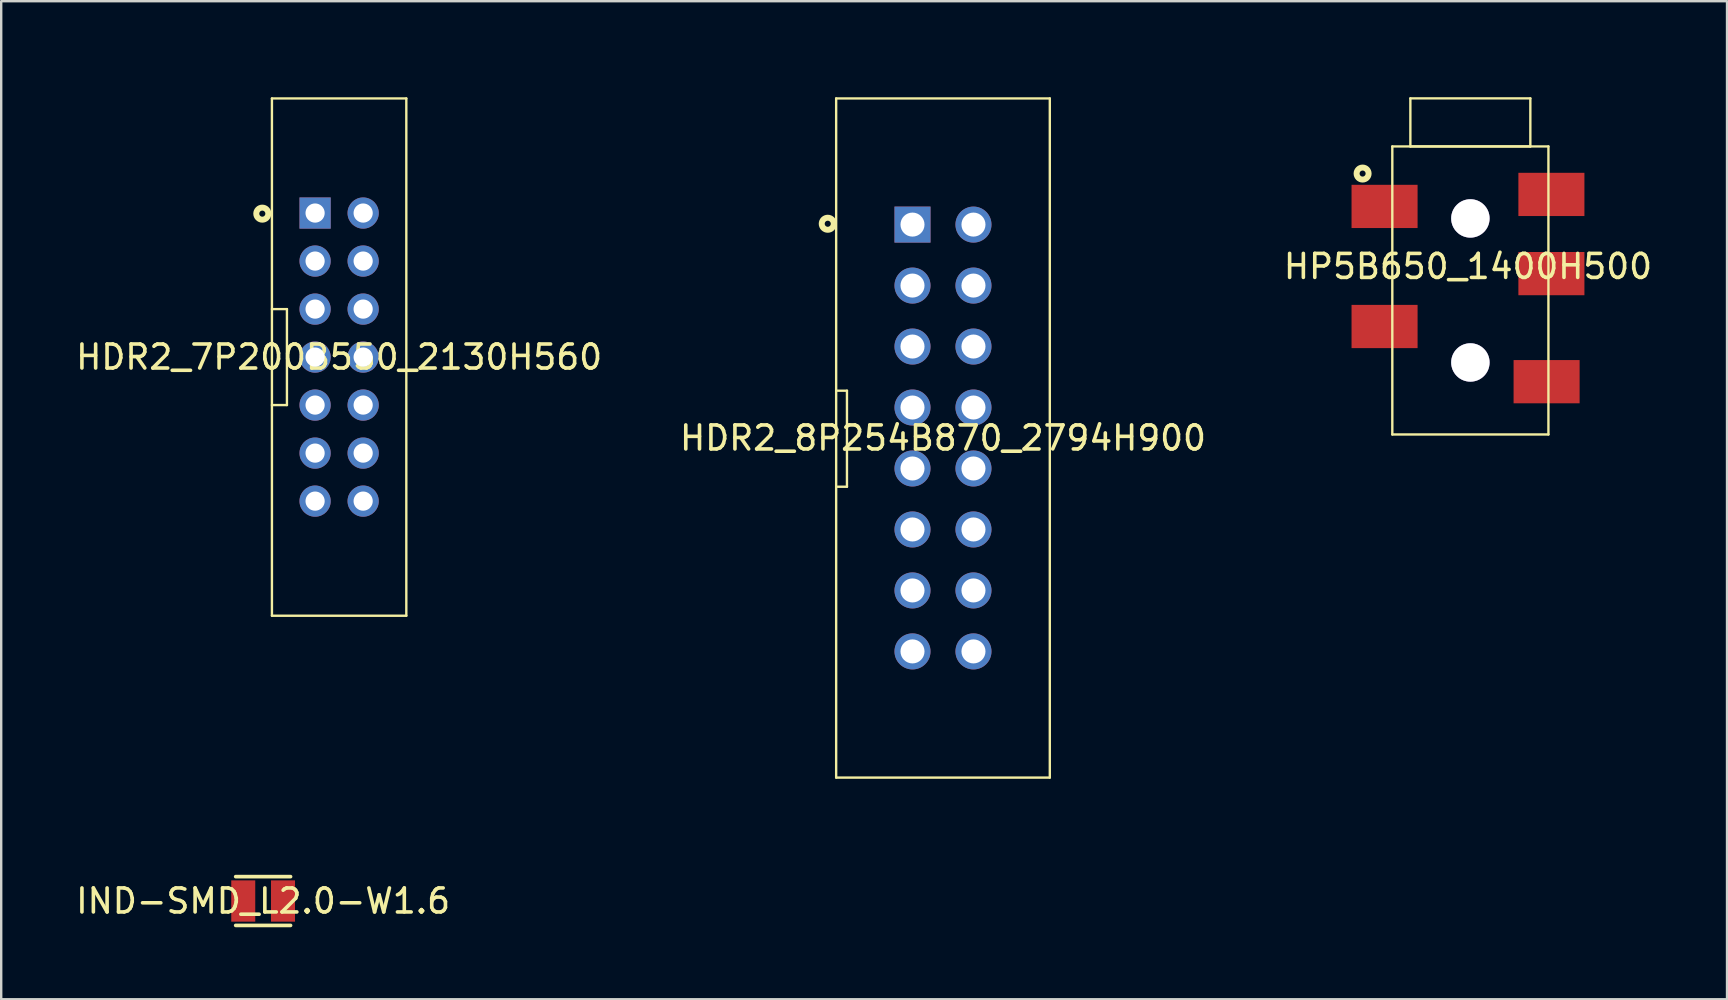
<source format=kicad_pcb>
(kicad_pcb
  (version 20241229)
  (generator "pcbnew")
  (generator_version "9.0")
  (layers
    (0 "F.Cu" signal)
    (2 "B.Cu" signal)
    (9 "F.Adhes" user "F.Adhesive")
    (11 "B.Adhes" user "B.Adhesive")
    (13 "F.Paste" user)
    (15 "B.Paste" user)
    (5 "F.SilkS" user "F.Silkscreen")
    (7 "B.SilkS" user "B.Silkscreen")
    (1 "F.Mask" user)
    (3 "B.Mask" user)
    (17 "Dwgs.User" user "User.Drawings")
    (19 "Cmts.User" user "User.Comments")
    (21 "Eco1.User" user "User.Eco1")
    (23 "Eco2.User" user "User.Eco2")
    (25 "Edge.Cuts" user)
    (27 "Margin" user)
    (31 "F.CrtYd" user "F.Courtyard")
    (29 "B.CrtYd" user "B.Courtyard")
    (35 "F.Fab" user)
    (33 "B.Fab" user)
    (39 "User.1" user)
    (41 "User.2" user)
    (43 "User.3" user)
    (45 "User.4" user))
  (footprint "IND-SMD_L2.0-W1.6"
    (layer "F.Cu")
    (at 7.911 34.484)
    (property "Reference" "IND-SMD_L2.0-W1.6" (at 0 0 0) (layer "F.SilkS") (effects (font (size 1 1) (thickness 0.15))))
    (fp_line (start -1.143 -1.016) (end 1.143 -1.016) (stroke (width 0.152) (type default)) (layer "F.SilkS"))
    (fp_line (start 1.143 1.016) (end -1.143 1.016) (stroke (width 0.152) (type default)) (layer "F.SilkS"))
    (fp_poly (pts (xy -1 -0.8) (xy -0.4 -0.8) (xy -0.4 0.8) (xy -1 0.8)) (stroke (width 0.1) (type default)) (fill no) (layer "User.1"))
    (fp_poly (pts (xy 0.4 -0.8) (xy 1 -0.8) (xy 1 0.8) (xy 0.4 0.8)) (stroke (width 0.1) (type default)) (fill no) (layer "User.1"))
    (fp_line (start -1 -0.8) (end 1 -0.8) (stroke (width 0.051) (type default)) (layer "User.2"))
    (fp_line (start -1 0.8) (end -1 -0.8) (stroke (width 0.051) (type default)) (layer "User.2"))
    (fp_line (start 1 -0.8) (end 1 0.8) (stroke (width 0.051) (type default)) (layer "User.2"))
    (fp_line (start 1 0.8) (end -1 0.8) (stroke (width 0.051) (type default)) (layer "User.2"))
    (fp_poly (pts (xy 1.06 -0.8) (xy 1.042 -0.842) (xy 1 -0.86) (xy 0.958 -0.842) (xy 0.94 -0.8) (xy 0.958 -0.758) (xy 1 -0.74) (xy 1.042 -0.758)) (stroke (width 0.1) (type default)) (fill no) (layer "User.3"))
    (pad "1" smd rect (at 0.828 0) (size 1 1.72) (layers "F.Cu" "F.Mask" "F.Paste"))
    (pad "2" smd rect (at -0.828 0) (size 1 1.72) (layers "F.Cu" "F.Mask" "F.Paste")))
  (footprint "HDR2_7P200B550_2130H560"
    (layer "F.Cu")
    (at 11.077 11.825)
    (property "Reference" "HDR2_7P200B550_2130H560" (at 0 0 0) (layer "F.SilkS") (effects (font (size 1 1) (thickness 0.15))))
    (fp_line (start -2.799 -10.774) (end -2.799 10.774) (stroke (width 0.099) (type default)) (layer "F.SilkS"))
    (fp_line (start -2.799 -10.774) (end 2.799 -10.774) (stroke (width 0.099) (type default)) (layer "F.SilkS"))
    (fp_line (start -2.799 -1.999) (end -2.174 -1.999) (stroke (width 0.099) (type default)) (layer "F.SilkS"))
    (fp_line (start -2.799 1.999) (end -2.174 1.999) (stroke (width 0.099) (type default)) (layer "F.SilkS"))
    (fp_line (start -2.799 10.774) (end 2.799 10.774) (stroke (width 0.099) (type default)) (layer "F.SilkS"))
    (fp_line (start -2.174 -1.999) (end -2.174 1.999) (stroke (width 0.099) (type default)) (layer "F.SilkS"))
    (fp_line (start 2.799 -10.774) (end 2.799 10.774) (stroke (width 0.099) (type default)) (layer "F.SilkS"))
    (fp_circle (center -3.2 -5.975) (end -2.949 -5.975) (stroke (width 0.249) (type default)) (fill no) (layer "F.SilkS"))
    (fp_line (start -3.8 -11.775) (end -3.8 3.899) (stroke (width 0.025) (type default)) (layer "User.1"))
    (fp_line (start -3.8 -11.775) (end 3.8 -11.775) (stroke (width 0.025) (type default)) (layer "User.1"))
    (fp_line (start -3.8 3.899) (end -3.8 5.4) (stroke (width 0.025) (type default)) (layer "User.1"))
    (fp_line (start -3.8 5.4) (end -3.8 8.199) (stroke (width 0.025) (type default)) (layer "User.1"))
    (fp_line (start -3.8 8.199) (end -3.8 11.775) (stroke (width 0.025) (type default)) (layer "User.1"))
    (fp_line (start -3.8 11.775) (end 3.8 11.775) (stroke (width 0.025) (type default)) (layer "User.1"))
    (fp_line (start 3.8 -11.775) (end 3.8 5.776) (stroke (width 0.025) (type default)) (layer "User.1"))
    (fp_line (start 3.8 5.776) (end 3.8 7.775) (stroke (width 0.025) (type default)) (layer "User.1"))
    (fp_line (start 3.8 7.775) (end 3.8 9.774) (stroke (width 0.025) (type default)) (layer "User.1"))
    (fp_line (start 3.8 9.774) (end 3.8 11.775) (stroke (width 0.025) (type default)) (layer "User.1"))
    (fp_poly (pts (xy -2.799 -10.774) (xy -2.799 2.776) (xy -2.799 3.099) (xy -2.799 6.774) (xy -2.799 8.775) (xy -2.799 10.774) (xy 2.799 10.774) (xy 2.799 6.851) (xy 2.799 6.051) (xy 2.799 4.775) (xy 2.799 2.776) (xy 2.799 -10.774)) (stroke (width 0.1) (type default)) (fill no) (layer "User.1"))
    (fp_poly (pts (xy -2.799 -10.774) (xy -2.799 2.776) (xy -2.799 3.099) (xy -2.799 6.774) (xy -2.799 8.775) (xy -2.799 10.774) (xy 2.799 10.774) (xy 2.799 6.851) (xy 2.799 6.051) (xy 2.799 4.775) (xy 2.799 2.776) (xy 2.799 -10.774)) (stroke (width 0.1) (type default)) (fill no) (layer "User.1"))
    (fp_poly (pts (xy 2.649 -7.651) (xy 2.649 -0.35) (xy 2.649 1.651) (xy 2.649 3.65) (xy 2.649 5.649) (xy 2.649 7.651) (xy -2.649 7.651) (xy -2.649 4.75) (xy -2.649 2.751) (xy -2.649 0.051) (xy -2.649 -0.35) (xy -2.649 -7.651)) (stroke (width 0.1) (type default)) (fill no) (layer "User.1"))
    (fp_poly (pts (xy 2.649 -7.651) (xy 2.649 -0.35) (xy 2.649 1.651) (xy 2.649 3.65) (xy 2.649 5.649) (xy 2.649 7.651) (xy -2.649 7.651) (xy -2.649 4.75) (xy -2.649 2.751) (xy -2.649 0.051) (xy -2.649 -0.35) (xy -2.649 -7.651)) (stroke (width 0.1) (type default)) (fill no) (layer "User.1"))
    (fp_poly (pts (xy -3.8 -11.775) (xy -3.8 3.775) (xy -3.8 5.25) (xy -3.8 8.55) (xy -3.8 11.775) (xy 2.718 11.775) (xy 2.718 10.774) (xy -2.799 10.774) (xy -2.799 -10.774) (xy 2.799 -10.774) (xy 2.799 11.775) (xy 3.8 11.775) (xy 3.8 9.774) (xy 3.8 7.775) (xy 3.8 3.95) (xy 3.8 1.95) (xy 3.8 -11.775)) (stroke (width 0.1) (type default)) (fill no) (layer "User.1"))
    (fp_poly (pts (xy -3.8 -11.775) (xy -3.8 3.775) (xy -3.8 5.25) (xy -3.8 8.55) (xy -3.8 11.775) (xy 2.718 11.775) (xy 2.718 10.774) (xy -2.799 10.774) (xy -2.799 -10.774) (xy 2.799 -10.774) (xy 2.799 11.775) (xy 3.8 11.775) (xy 3.8 9.774) (xy 3.8 7.775) (xy 3.8 3.95) (xy 3.8 1.95) (xy 3.8 -11.775)) (stroke (width 0.1) (type default)) (fill no) (layer "User.1"))
    (pad "1" thru_hole rect (at -1.001 -6 270) (size 1.3 1.3) (drill 0.8) (layers "*.Cu" "*.Mask"))
    (pad "2" thru_hole circle (at 1.001 -6 270) (size 1.3 1.3) (drill 0.8) (layers "*.Cu" "*.Mask"))
    (pad "3" thru_hole circle (at -1.001 -4 270) (size 1.3 1.3) (drill 0.8) (layers "*.Cu" "*.Mask"))
    (pad "4" thru_hole circle (at 1.001 -4 270) (size 1.3 1.3) (drill 0.8) (layers "*.Cu" "*.Mask"))
    (pad "5" thru_hole circle (at -1.001 -1.999 270) (size 1.3 1.3) (drill 0.8) (layers "*.Cu" "*.Mask"))
    (pad "6" thru_hole circle (at 1.001 -1.999 270) (size 1.3 1.3) (drill 0.8) (layers "*.Cu" "*.Mask"))
    (pad "7" thru_hole circle (at -1.001 0 270) (size 1.3 1.3) (drill 0.8) (layers "*.Cu" "*.Mask"))
    (pad "8" thru_hole circle (at 1.001 0 270) (size 1.3 1.3) (drill 0.8) (layers "*.Cu" "*.Mask"))
    (pad "9" thru_hole circle (at -1.001 1.999 270) (size 1.3 1.3) (drill 0.8) (layers "*.Cu" "*.Mask"))
    (pad "10" thru_hole circle (at 1.001 1.999 270) (size 1.3 1.3) (drill 0.8) (layers "*.Cu" "*.Mask"))
    (pad "11" thru_hole circle (at -1.001 4 270) (size 1.3 1.3) (drill 0.8) (layers "*.Cu" "*.Mask"))
    (pad "12" thru_hole circle (at 1.001 4 270) (size 1.3 1.3) (drill 0.8) (layers "*.Cu" "*.Mask"))
    (pad "13" thru_hole circle (at -1.001 6 270) (size 1.3 1.3) (drill 0.8) (layers "*.Cu" "*.Mask"))
    (pad "14" thru_hole circle (at 1.001 6 270) (size 1.3 1.3) (drill 0.8) (layers "*.Cu" "*.Mask")))
  (footprint "HDR2_8P254B870_2794H900"
    (layer "F.Cu")
    (at 36.232 15.196)
    (property "Reference" "HDR2_8P254B870_2794H900" (at 0 0 0) (layer "F.SilkS") (effects (font (size 1 1) (thickness 0.15))))
    (fp_line (start -4.45 -14.146) (end -4.45 14.146) (stroke (width 0.099) (type default)) (layer "F.SilkS"))
    (fp_line (start -4 -1.971) (end -4.399 -1.971) (stroke (width 0.099) (type default)) (layer "F.SilkS"))
    (fp_line (start -4 -1.971) (end -4 2.03) (stroke (width 0.099) (type default)) (layer "F.SilkS"))
    (fp_line (start -4 2.03) (end -4.399 2.03) (stroke (width 0.099) (type default)) (layer "F.SilkS"))
    (fp_line (start 4.45 -14.146) (end -4.45 -14.146) (stroke (width 0.099) (type default)) (layer "F.SilkS"))
    (fp_line (start 4.45 -14.146) (end 4.45 14.146) (stroke (width 0.099) (type default)) (layer "F.SilkS"))
    (fp_line (start 4.45 14.146) (end -4.45 14.146) (stroke (width 0.099) (type default)) (layer "F.SilkS"))
    (fp_circle (center -4.8 -8.925) (end -4.549 -8.925) (stroke (width 0.249) (type default)) (fill no) (layer "F.SilkS"))
    (fp_line (start -5.451 -15.146) (end -5.451 0.75) (stroke (width 0.025) (type default)) (layer "User.1"))
    (fp_line (start -5.451 0.75) (end -5.451 2.37) (stroke (width 0.025) (type default)) (layer "User.1"))
    (fp_line (start -5.451 2.37) (end -5.451 2.74) (stroke (width 0.025) (type default)) (layer "User.1"))
    (fp_line (start -5.451 2.74) (end -5.451 8.431) (stroke (width 0.025) (type default)) (layer "User.1"))
    (fp_line (start -5.451 8.431) (end -5.451 8.999) (stroke (width 0.025) (type default)) (layer "User.1"))
    (fp_line (start -5.451 8.999) (end -5.451 15.146) (stroke (width 0.025) (type default)) (layer "User.1"))
    (fp_line (start 5.451 -15.146) (end -5.451 -15.146) (stroke (width 0.025) (type default)) (layer "User.1"))
    (fp_line (start 5.451 -15.146) (end 5.451 2.446) (stroke (width 0.025) (type default)) (layer "User.1"))
    (fp_line (start 5.451 2.446) (end 5.451 4.986) (stroke (width 0.025) (type default)) (layer "User.1"))
    (fp_line (start 5.451 4.986) (end 5.451 7.526) (stroke (width 0.025) (type default)) (layer "User.1"))
    (fp_line (start 5.451 7.526) (end 5.451 10.066) (stroke (width 0.025) (type default)) (layer "User.1"))
    (fp_line (start 5.451 10.066) (end 5.451 12.606) (stroke (width 0.025) (type default)) (layer "User.1"))
    (fp_line (start 5.451 12.606) (end 5.451 15.146) (stroke (width 0.025) (type default)) (layer "User.1"))
    (fp_line (start 5.451 15.146) (end -5.451 15.146) (stroke (width 0.025) (type default)) (layer "User.1"))
    (fp_poly (pts (xy -4.45 -14.146) (xy -4.45 -2.251) (xy -4.45 0.269) (xy -4.45 4.14) (xy -4.45 5.38) (xy -4.45 8.651) (xy -4.45 14.146) (xy 4.45 14.146) (xy 4.45 11.605) (xy 4.45 9.066) (xy 4.45 6.526) (xy 4.45 3.986) (xy 4.45 1.446) (xy 4.45 -14.146)) (stroke (width 0.1) (type default)) (fill no) (layer "User.1"))
    (fp_poly (pts (xy -4.45 -14.146) (xy -4.45 -2.251) (xy -4.45 0.269) (xy -4.45 4.14) (xy -4.45 5.38) (xy -4.45 8.651) (xy -4.45 14.146) (xy 4.45 14.146) (xy 4.45 11.605) (xy 4.45 9.066) (xy 4.45 6.526) (xy 4.45 3.986) (xy 4.45 1.446) (xy 4.45 -14.146)) (stroke (width 0.1) (type default)) (fill no) (layer "User.1"))
    (fp_poly (pts (xy -3.02 -10.64) (xy -3.02 -4.95) (xy -3.02 -1.661) (xy -3.02 -1.192) (xy -3.02 2.05) (xy -3.02 6.119) (xy -3.02 10.64) (xy 3.02 10.64) (xy 3.02 8.1) (xy 3.02 5.56) (xy 3.02 3.02) (xy 3.02 0.48) (xy 3.02 -2.06) (xy 3.02 -10.64)) (stroke (width 0.1) (type default)) (fill no) (layer "User.1"))
    (fp_poly (pts (xy -3.02 -10.64) (xy -3.02 -4.95) (xy -3.02 -1.661) (xy -3.02 -1.192) (xy -3.02 2.05) (xy -3.02 6.119) (xy -3.02 10.64) (xy 3.02 10.64) (xy 3.02 8.1) (xy 3.02 5.56) (xy 3.02 3.02) (xy 3.02 0.48) (xy 3.02 -2.06) (xy 3.02 -10.64)) (stroke (width 0.1) (type default)) (fill no) (layer "User.1"))
    (fp_poly (pts (xy 5.451 -15.146) (xy 5.451 2.446) (xy 5.451 4.986) (xy 5.451 7.526) (xy 5.451 10.066) (xy 5.451 12.606) (xy 5.451 15.146) (xy 4.45 15.146) (xy 4.45 14.146) (xy 4.45 -14.146) (xy -4.45 -14.146) (xy -4.45 14.146) (xy 4.293 14.146) (xy 4.293 15.146) (xy -5.451 15.146) (xy -5.451 9.751) (xy -5.451 8.179) (xy -5.451 5.941) (xy -5.451 3.671) (xy -5.451 -1.45) (xy -5.451 -15.146)) (stroke (width 0.1) (type default)) (fill no) (layer "User.1"))
    (fp_poly (pts (xy 5.451 -15.146) (xy 5.451 2.446) (xy 5.451 4.986) (xy 5.451 7.526) (xy 5.451 10.066) (xy 5.451 12.606) (xy 5.451 15.146) (xy 4.45 15.146) (xy 4.45 14.146) (xy 4.45 -14.146) (xy -4.45 -14.146) (xy -4.45 14.146) (xy 4.293 14.146) (xy 4.293 15.146) (xy -5.451 15.146) (xy -5.451 9.751) (xy -5.451 8.179) (xy -5.451 5.941) (xy -5.451 3.671) (xy -5.451 -1.45) (xy -5.451 -15.146)) (stroke (width 0.1) (type default)) (fill no) (layer "User.1"))
    (pad "1" thru_hole rect (at -1.27 -8.89 180) (size 1.501 1.501) (drill 1.001) (layers "*.Cu" "*.Mask"))
    (pad "2" thru_hole circle (at 1.27 -8.89 180) (size 1.501 1.501) (drill 1.001) (layers "*.Cu" "*.Mask"))
    (pad "3" thru_hole circle (at -1.27 -6.35 180) (size 1.501 1.501) (drill 1.001) (layers "*.Cu" "*.Mask"))
    (pad "4" thru_hole circle (at 1.27 -6.35 180) (size 1.501 1.501) (drill 1.001) (layers "*.Cu" "*.Mask"))
    (pad "5" thru_hole circle (at -1.27 -3.81 180) (size 1.501 1.501) (drill 1.001) (layers "*.Cu" "*.Mask"))
    (pad "6" thru_hole circle (at 1.27 -3.81 180) (size 1.501 1.501) (drill 1.001) (layers "*.Cu" "*.Mask"))
    (pad "7" thru_hole circle (at -1.27 -1.27 180) (size 1.501 1.501) (drill 1.001) (layers "*.Cu" "*.Mask"))
    (pad "8" thru_hole circle (at 1.27 -1.27 180) (size 1.501 1.501) (drill 1.001) (layers "*.Cu" "*.Mask"))
    (pad "9" thru_hole circle (at -1.27 1.27 180) (size 1.501 1.501) (drill 1.001) (layers "*.Cu" "*.Mask"))
    (pad "10" thru_hole circle (at 1.27 1.27 180) (size 1.501 1.501) (drill 1.001) (layers "*.Cu" "*.Mask"))
    (pad "11" thru_hole circle (at -1.27 3.81 180) (size 1.501 1.501) (drill 1.001) (layers "*.Cu" "*.Mask"))
    (pad "12" thru_hole circle (at 1.27 3.81 180) (size 1.501 1.501) (drill 1.001) (layers "*.Cu" "*.Mask"))
    (pad "13" thru_hole circle (at -1.27 6.35 180) (size 1.501 1.501) (drill 1.001) (layers "*.Cu" "*.Mask"))
    (pad "14" thru_hole circle (at 1.27 6.35 180) (size 1.501 1.501) (drill 1.001) (layers "*.Cu" "*.Mask"))
    (pad "15" thru_hole circle (at -1.27 8.89 180) (size 1.501 1.501) (drill 1.001) (layers "*.Cu" "*.Mask"))
    (pad "16" thru_hole circle (at 1.27 8.89 180) (size 1.501 1.501) (drill 1.001) (layers "*.Cu" "*.Mask")))
  (footprint "HP5B650_1400H500"
    (layer "F.Cu")
    (at 58.101 8.05)
    (property "Reference" "HP5B650_1400H500" (at 0 0 0) (layer "F.SilkS") (effects (font (size 1 1) (thickness 0.15))))
    (fp_line (start -3.151 -5) (end 3.352 -5) (stroke (width 0.099) (type default)) (layer "F.SilkS"))
    (fp_line (start -3.151 6.999) (end -3.151 -5) (stroke (width 0.099) (type default)) (layer "F.SilkS"))
    (fp_line (start -3.151 6.999) (end 3.352 6.999) (stroke (width 0.099) (type default)) (layer "F.SilkS"))
    (fp_line (start -2.399 -7.002) (end 2.599 -7.002) (stroke (width 0.099) (type default)) (layer "F.SilkS"))
    (fp_line (start -2.399 -5) (end -2.399 -7.002) (stroke (width 0.099) (type default)) (layer "F.SilkS"))
    (fp_line (start -2.399 -5) (end 2.599 -5) (stroke (width 0.099) (type default)) (layer "F.SilkS"))
    (fp_line (start 2.599 -5) (end 2.599 -7.002) (stroke (width 0.099) (type default)) (layer "F.SilkS"))
    (fp_line (start 3.352 6.999) (end 3.352 -5) (stroke (width 0.099) (type default)) (layer "F.SilkS"))
    (fp_circle (center -4.389 -3.87) (end -4.139 -3.87) (stroke (width 0.249) (type default)) (fill no) (layer "F.SilkS"))
    (fp_line (start -5.8 -8) (end 5.8 -8) (stroke (width 0.025) (type default)) (layer "User.1"))
    (fp_line (start -5.8 8) (end -5.8 -8) (stroke (width 0.025) (type default)) (layer "User.1"))
    (fp_line (start -5.8 8) (end 5.8 8) (stroke (width 0.025) (type default)) (layer "User.1"))
    (fp_line (start 5.8 8) (end 5.8 -8) (stroke (width 0.025) (type default)) (layer "User.1"))
    (fp_poly (pts (xy -2.399 -7.002) (xy -2.399 -5) (xy -3.151 -5) (xy -3.151 6.999) (xy 3.352 6.999) (xy 3.352 -5) (xy 2.599 -5) (xy 2.599 -7.002)) (stroke (width 0.1) (type default)) (fill no) (layer "User.1"))
    (fp_poly (pts (xy -2.399 -7.002) (xy -2.399 -5) (xy -3.151 -5) (xy -3.151 6.999) (xy 3.352 6.999) (xy 3.352 -5) (xy 2.599 -5) (xy 2.599 -7.002)) (stroke (width 0.1) (type default)) (fill no) (layer "User.1"))
    (fp_poly (pts (xy -5.8 8) (xy -3.159 8) (xy -3.159 -5.021) (xy -2.409 -5.021) (xy -2.409 -7.029) (xy 2.62 -7.029) (xy 2.62 -5.03) (xy 3.359 -5.03) (xy 3.359 7.019) (xy -3.14 7.019) (xy -3.14 8) (xy 5.8 8) (xy 5.8 -8) (xy -5.8 -8)) (stroke (width 0.1) (type default)) (fill no) (layer "User.1"))
    (fp_poly (pts (xy -5.8 8) (xy -3.159 8) (xy -3.159 -5.021) (xy -2.409 -5.021) (xy -2.409 -7.029) (xy 2.62 -7.029) (xy 2.62 -5.03) (xy 3.359 -5.03) (xy 3.359 7.019) (xy -3.14 7.019) (xy -3.14 8) (xy 5.8 8) (xy 5.8 -8) (xy -5.8 -8)) (stroke (width 0.1) (type default)) (fill no) (layer "User.1"))
    (pad "1" smd rect (at -3.474 -2.501) (size 2.751 1.801) (layers "F.Cu" "F.Mask" "F.Paste"))
    (pad "2" smd rect (at 3.476 0.298) (size 2.751 1.801) (layers "F.Cu" "F.Mask" "F.Paste"))
    (pad "3" smd rect (at -3.474 2.501) (size 2.751 1.801) (layers "F.Cu" "F.Mask" "F.Paste"))
    (pad "4" smd rect (at 3.276 4.8) (size 2.751 1.801) (layers "F.Cu" "F.Mask" "F.Paste"))
    (pad "5" smd rect (at 3.476 -3.001) (size 2.751 1.801) (layers "F.Cu" "F.Mask" "F.Paste"))
    (pad "6" thru_hole circle (at 0.101 -2.001) (size 1.6 1.6) (drill 1.6) (layers "*.Cu" "*.Mask"))
    (pad "7" thru_hole circle (at 0.101 3.999) (size 1.6 1.6) (drill 1.6) (layers "*.Cu" "*.Mask"))
    (zone (net_name "") (layer "Edge.Cuts") (hatch edge 0.5) (connect_pads) (min_thickness 0.25) (filled_areas_thickness no) (keepout (tracks not_allowed) (vias not_allowed) (pads not_allowed) (copperpour not_allowed) (footprints allowed)) (placement (enabled no)) (fill) (polygon (pts (xy 58.463 5.074) (xy 58.706 5.175) (xy 58.915 5.335) (xy 59.076 5.545) (xy 59.177 5.787) (xy 59.211 6.049) (xy 59.177 6.31) (xy 59.076 6.553) (xy 58.915 6.763) (xy 58.706 6.923) (xy 58.463 7.024) (xy 58.202 7.059) (xy 57.94 7.024) (xy 57.697 6.923) (xy 57.488 6.763) (xy 57.327 6.553) (xy 57.227 6.31) (xy 57.192 6.049) (xy 57.227 5.787) (xy 57.327 5.545) (xy 57.488 5.335) (xy 57.697 5.175) (xy 57.94 5.074) (xy 58.202 5.04))))
    (zone (net_name "") (layer "Edge.Cuts") (hatch edge 0.5) (connect_pads) (min_thickness 0.25) (filled_areas_thickness no) (keepout (tracks not_allowed) (vias not_allowed) (pads not_allowed) (copperpour not_allowed) (footprints allowed)) (placement (enabled no)) (fill) (polygon (pts (xy 58.463 11.074) (xy 58.706 11.175) (xy 58.915 11.335) (xy 59.076 11.544) (xy 59.177 11.787) (xy 59.211 12.049) (xy 59.177 12.31) (xy 59.076 12.553) (xy 58.915 12.762) (xy 58.706 12.923) (xy 58.463 13.024) (xy 58.202 13.059) (xy 57.94 13.024) (xy 57.697 12.923) (xy 57.488 12.762) (xy 57.327 12.553) (xy 57.227 12.31) (xy 57.192 12.049) (xy 57.227 11.787) (xy 57.327 11.544) (xy 57.488 11.335) (xy 57.697 11.175) (xy 57.94 11.074) (xy 58.202 11.04)))))
  (gr_rect
    (start -3 -3)
    (end 68.893 38.576)
    (stroke (width 0.1) (type default))
    (fill no)
    (layer "Edge.Cuts")))
</source>
